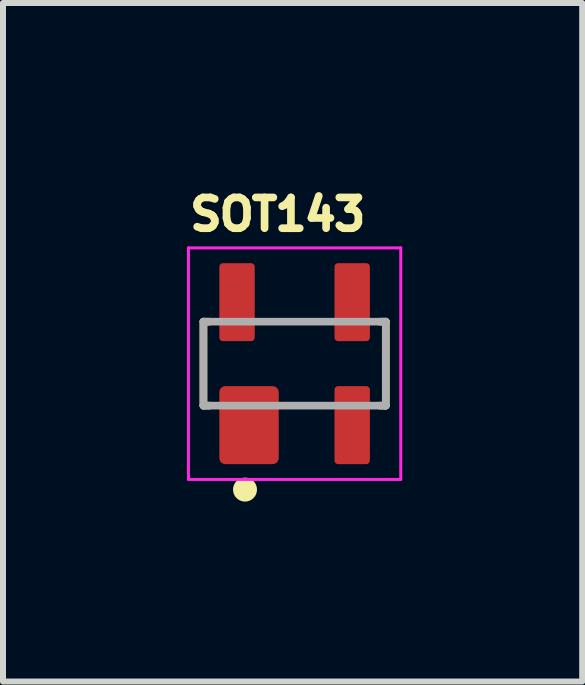
<source format=kicad_pcb>
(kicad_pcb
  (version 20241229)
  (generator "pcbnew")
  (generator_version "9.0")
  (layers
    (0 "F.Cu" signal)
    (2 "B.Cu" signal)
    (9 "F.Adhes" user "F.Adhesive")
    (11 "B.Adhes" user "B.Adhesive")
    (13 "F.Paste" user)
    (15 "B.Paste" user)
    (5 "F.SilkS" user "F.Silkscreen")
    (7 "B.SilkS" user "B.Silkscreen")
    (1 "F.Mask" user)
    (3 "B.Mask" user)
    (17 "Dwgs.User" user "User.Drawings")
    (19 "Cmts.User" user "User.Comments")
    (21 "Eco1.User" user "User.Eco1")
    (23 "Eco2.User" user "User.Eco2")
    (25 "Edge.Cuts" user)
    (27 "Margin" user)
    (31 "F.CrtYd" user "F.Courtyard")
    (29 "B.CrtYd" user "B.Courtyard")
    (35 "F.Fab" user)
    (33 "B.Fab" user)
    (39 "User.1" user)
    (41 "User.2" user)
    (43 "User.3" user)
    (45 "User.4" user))
  (footprint "SOT143"
    (layer "F.Cu")
    (at 1.862 3.013)
    (property "Reference" "SOT143" (at -0.281 -2.489 0) (layer "F.SilkS") (effects (font (size 0.513 0.513) (thickness 0.128))))
    (attr smd)
    (fp_line (start -1.52 -0.7) (end -1.52 0.7) (stroke (width 0.127) (type solid)) (layer "F.SilkS"))
    (fp_line (start -1.52 -0.7) (end -1.42 -0.7) (stroke (width 0.127) (type solid)) (layer "F.SilkS"))
    (fp_line (start -1.52 0.7) (end -1.42 0.7) (stroke (width 0.127) (type solid)) (layer "F.SilkS"))
    (fp_line (start 1.52 -0.7) (end 1.42 -0.7) (stroke (width 0.127) (type solid)) (layer "F.SilkS"))
    (fp_line (start 1.52 -0.7) (end 1.52 0.7) (stroke (width 0.127) (type solid)) (layer "F.SilkS"))
    (fp_line (start 1.52 0.7) (end 1.42 0.7) (stroke (width 0.127) (type solid)) (layer "F.SilkS"))
    (fp_circle (center -0.827 2.1) (end -0.727 2.1) (stroke (width 0.2) (type solid)) (fill no) (layer "F.SilkS"))
    (fp_line (start -1.77 -1.93) (end -1.77 1.93) (stroke (width 0.05) (type solid)) (layer "F.CrtYd"))
    (fp_line (start -1.77 1.93) (end 1.77 1.93) (stroke (width 0.05) (type solid)) (layer "F.CrtYd"))
    (fp_line (start 1.77 -1.93) (end -1.77 -1.93) (stroke (width 0.05) (type solid)) (layer "F.CrtYd"))
    (fp_line (start 1.77 1.93) (end 1.77 -1.93) (stroke (width 0.05) (type solid)) (layer "F.CrtYd"))
    (fp_line (start -1.52 -0.7) (end -1.52 0.7) (stroke (width 0.127) (type solid)) (layer "F.Fab"))
    (fp_line (start -1.52 0.7) (end 1.52 0.7) (stroke (width 0.127) (type solid)) (layer "F.Fab"))
    (fp_line (start 1.52 -0.7) (end -1.52 -0.7) (stroke (width 0.127) (type solid)) (layer "F.Fab"))
    (fp_line (start 1.52 0.7) (end 1.52 -0.7) (stroke (width 0.127) (type solid)) (layer "F.Fab"))
    (pad "1" smd roundrect (at -0.76 1.025) (size 0.99 1.3) (layers "F.Cu" "F.Mask" "F.Paste") (roundrect_rratio 0.1))
    (pad "2" smd roundrect (at 0.96 1.025) (size 0.59 1.3) (layers "F.Cu" "F.Mask" "F.Paste") (roundrect_rratio 0.1))
    (pad "3" smd roundrect (at 0.96 -1.025) (size 0.59 1.3) (layers "F.Cu" "F.Mask" "F.Paste") (roundrect_rratio 0.1))
    (pad "4" smd roundrect (at -0.96 -1.025) (size 0.59 1.3) (layers "F.Cu" "F.Mask" "F.Paste") (roundrect_rratio 0.1)))
  (gr_rect
    (start -3 -3)
    (end 6.657 8.313)
    (stroke (width 0.1) (type default))
    (fill no)
    (layer "Edge.Cuts")))
</source>
